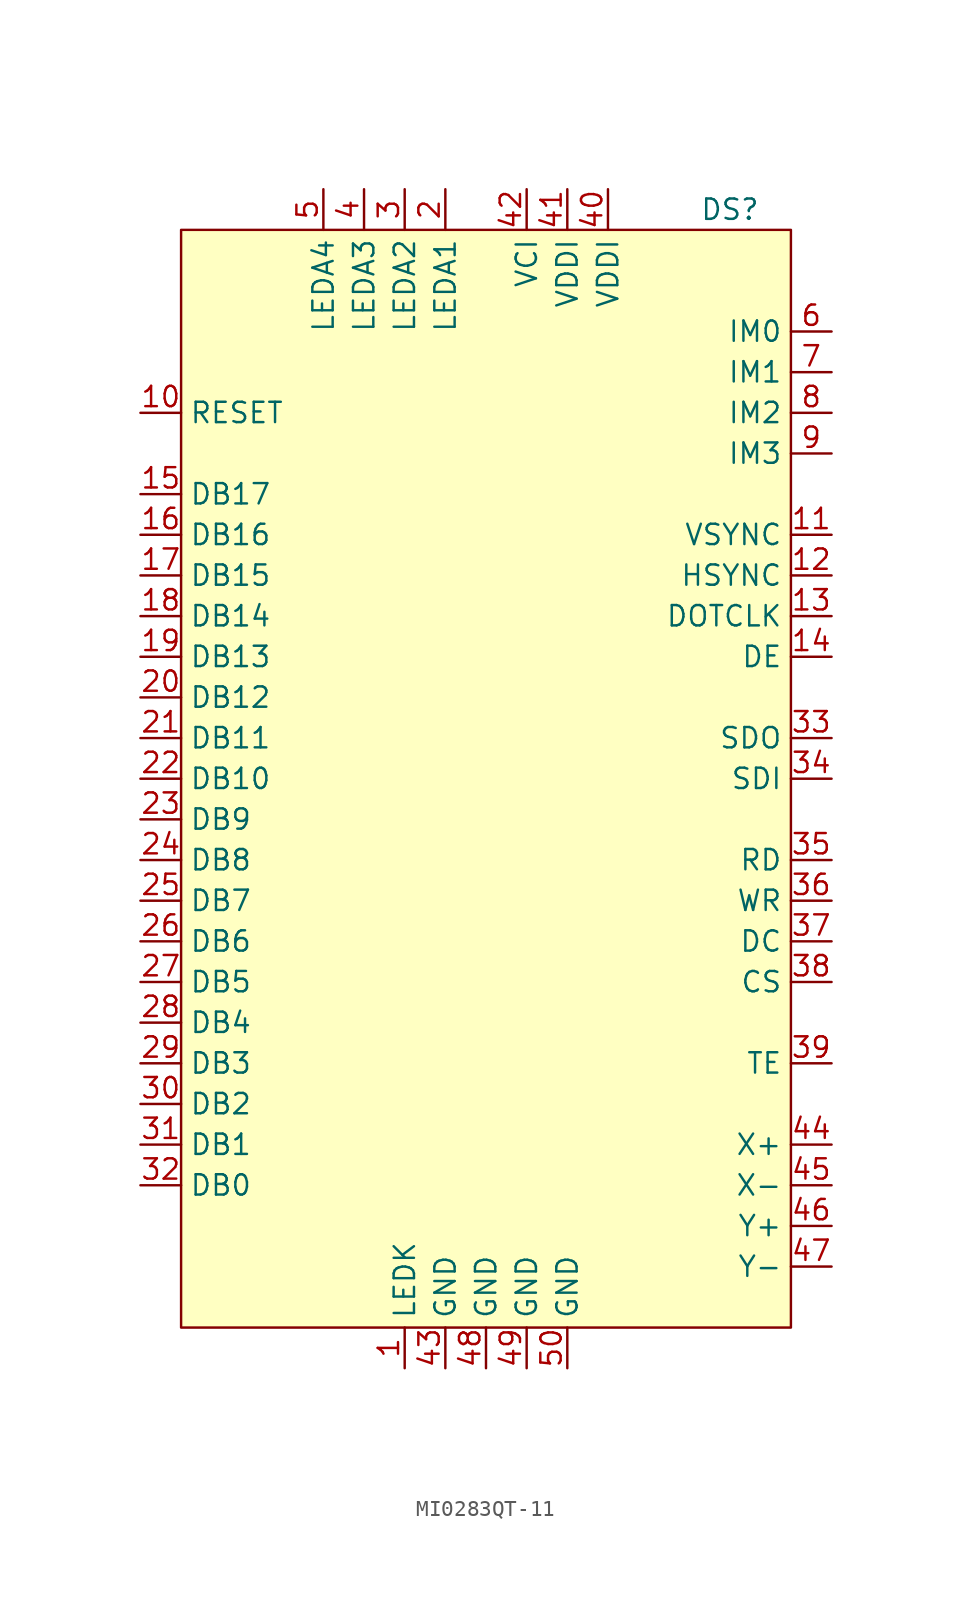
<source format=kicad_sym>
(kicad_symbol_lib
  (version 20220914)
  (generator kicad_symbol_editor)
  (symbol "MI0283QT-11"
    (property "Reference" "DS"
      (at 15.24 35.56 0)
      (effects (font (size 1.27 1.27))))
    (property "Value" ""
      (at -10.16 29.21 90)
      (effects (font (size 1.27 1.27))))
    (symbol "MI0283QT-11_0_1"
      (rectangle (start -19.05 34.29) (end 19.05 -34.29) (stroke (width 0) (type default)) (fill (type background))))
    (symbol "MI0283QT-11_1_1"
      (pin power_in line (at -5.08 -36.83 90) (length 2.54) (name "LEDK" (effects (font (size 1.27 1.27)))) (number "1" (effects (font (size 1.27 1.27)))))
      (pin input line (at -21.59 22.86 0) (length 2.54) (name "RESET" (effects (font (size 1.27 1.27)))) (number "10" (effects (font (size 1.27 1.27)))))
      (pin bidirectional line (at 21.59 15.24 180) (length 2.54) (name "VSYNC" (effects (font (size 1.27 1.27)))) (number "11" (effects (font (size 1.27 1.27)))))
      (pin bidirectional line (at 21.59 12.7 180) (length 2.54) (name "HSYNC" (effects (font (size 1.27 1.27)))) (number "12" (effects (font (size 1.27 1.27)))))
      (pin bidirectional line (at 21.59 10.16 180) (length 2.54) (name "DOTCLK" (effects (font (size 1.27 1.27)))) (number "13" (effects (font (size 1.27 1.27)))))
      (pin bidirectional line (at 21.59 7.62 180) (length 2.54) (name "DE" (effects (font (size 1.27 1.27)))) (number "14" (effects (font (size 1.27 1.27)))))
      (pin bidirectional line (at -21.59 17.78 0) (length 2.54) (name "DB17" (effects (font (size 1.27 1.27)))) (number "15" (effects (font (size 1.27 1.27)))))
      (pin bidirectional line (at -21.59 15.24 0) (length 2.54) (name "DB16" (effects (font (size 1.27 1.27)))) (number "16" (effects (font (size 1.27 1.27)))))
      (pin bidirectional line (at -21.59 12.7 0) (length 2.54) (name "DB15" (effects (font (size 1.27 1.27)))) (number "17" (effects (font (size 1.27 1.27)))))
      (pin bidirectional line (at -21.59 10.16 0) (length 2.54) (name "DB14" (effects (font (size 1.27 1.27)))) (number "18" (effects (font (size 1.27 1.27)))))
      (pin bidirectional line (at -21.59 7.62 0) (length 2.54) (name "DB13" (effects (font (size 1.27 1.27)))) (number "19" (effects (font (size 1.27 1.27)))))
      (pin power_in line (at -2.54 36.83 270) (length 2.54) (name "LEDA1" (effects (font (size 1.27 1.27)))) (number "2" (effects (font (size 1.27 1.27)))))
      (pin bidirectional line (at -21.59 5.08 0) (length 2.54) (name "DB12" (effects (font (size 1.27 1.27)))) (number "20" (effects (font (size 1.27 1.27)))))
      (pin bidirectional line (at -21.59 2.54 0) (length 2.54) (name "DB11" (effects (font (size 1.27 1.27)))) (number "21" (effects (font (size 1.27 1.27)))))
      (pin bidirectional line (at -21.59 0 0) (length 2.54) (name "DB10" (effects (font (size 1.27 1.27)))) (number "22" (effects (font (size 1.27 1.27)))))
      (pin bidirectional line (at -21.59 -2.54 0) (length 2.54) (name "DB9" (effects (font (size 1.27 1.27)))) (number "23" (effects (font (size 1.27 1.27)))))
      (pin bidirectional line (at -21.59 -5.08 0) (length 2.54) (name "DB8" (effects (font (size 1.27 1.27)))) (number "24" (effects (font (size 1.27 1.27)))))
      (pin bidirectional line (at -21.59 -7.62 0) (length 2.54) (name "DB7" (effects (font (size 1.27 1.27)))) (number "25" (effects (font (size 1.27 1.27)))))
      (pin bidirectional line (at -21.59 -10.16 0) (length 2.54) (name "DB6" (effects (font (size 1.27 1.27)))) (number "26" (effects (font (size 1.27 1.27)))))
      (pin bidirectional line (at -21.59 -12.7 0) (length 2.54) (name "DB5" (effects (font (size 1.27 1.27)))) (number "27" (effects (font (size 1.27 1.27)))))
      (pin bidirectional line (at -21.59 -15.24 0) (length 2.54) (name "DB4" (effects (font (size 1.27 1.27)))) (number "28" (effects (font (size 1.27 1.27)))))
      (pin bidirectional line (at -21.59 -17.78 0) (length 2.54) (name "DB3" (effects (font (size 1.27 1.27)))) (number "29" (effects (font (size 1.27 1.27)))))
      (pin power_in line (at -5.08 36.83 270) (length 2.54) (name "LEDA2" (effects (font (size 1.27 1.27)))) (number "3" (effects (font (size 1.27 1.27)))))
      (pin bidirectional line (at -21.59 -20.32 0) (length 2.54) (name "DB2" (effects (font (size 1.27 1.27)))) (number "30" (effects (font (size 1.27 1.27)))))
      (pin bidirectional line (at -21.59 -22.86 0) (length 2.54) (name "DB1" (effects (font (size 1.27 1.27)))) (number "31" (effects (font (size 1.27 1.27)))))
      (pin bidirectional line (at -21.59 -25.4 0) (length 2.54) (name "DB0" (effects (font (size 1.27 1.27)))) (number "32" (effects (font (size 1.27 1.27)))))
      (pin bidirectional line (at 21.59 2.54 180) (length 2.54) (name "SDO" (effects (font (size 1.27 1.27)))) (number "33" (effects (font (size 1.27 1.27)))))
      (pin bidirectional line (at 21.59 0 180) (length 2.54) (name "SDI" (effects (font (size 1.27 1.27)))) (number "34" (effects (font (size 1.27 1.27)))))
      (pin bidirectional line (at 21.59 -5.08 180) (length 2.54) (name "RD" (effects (font (size 1.27 1.27)))) (number "35" (effects (font (size 1.27 1.27)))))
      (pin bidirectional line (at 21.59 -7.62 180) (length 2.54) (name "WR" (effects (font (size 1.27 1.27)))) (number "36" (effects (font (size 1.27 1.27)))))
      (pin bidirectional line (at 21.59 -10.16 180) (length 2.54) (name "DC" (effects (font (size 1.27 1.27)))) (number "37" (effects (font (size 1.27 1.27)))))
      (pin bidirectional line (at 21.59 -12.7 180) (length 2.54) (name "CS" (effects (font (size 1.27 1.27)))) (number "38" (effects (font (size 1.27 1.27)))))
      (pin bidirectional line (at 21.59 -17.78 180) (length 2.54) (name "TE" (effects (font (size 1.27 1.27)))) (number "39" (effects (font (size 1.27 1.27)))))
      (pin power_in line (at -7.62 36.83 270) (length 2.54) (name "LEDA3" (effects (font (size 1.27 1.27)))) (number "4" (effects (font (size 1.27 1.27)))))
      (pin power_in line (at 7.62 36.83 270) (length 2.54) (name "VDDI" (effects (font (size 1.27 1.27)))) (number "40" (effects (font (size 1.27 1.27)))))
      (pin power_in line (at 5.08 36.83 270) (length 2.54) (name "VDDI" (effects (font (size 1.27 1.27)))) (number "41" (effects (font (size 1.27 1.27)))))
      (pin power_in line (at 2.54 36.83 270) (length 2.54) (name "VCI" (effects (font (size 1.27 1.27)))) (number "42" (effects (font (size 1.27 1.27)))))
      (pin power_in line (at -2.54 -36.83 90) (length 2.54) (name "GND" (effects (font (size 1.27 1.27)))) (number "43" (effects (font (size 1.27 1.27)))))
      (pin output line (at 21.59 -22.86 180) (length 2.54) (name "X+" (effects (font (size 1.27 1.27)))) (number "44" (effects (font (size 1.27 1.27)))))
      (pin output line (at 21.59 -25.4 180) (length 2.54) (name "X-" (effects (font (size 1.27 1.27)))) (number "45" (effects (font (size 1.27 1.27)))))
      (pin output line (at 21.59 -27.94 180) (length 2.54) (name "Y+" (effects (font (size 1.27 1.27)))) (number "46" (effects (font (size 1.27 1.27)))))
      (pin output line (at 21.59 -30.48 180) (length 2.54) (name "Y-" (effects (font (size 1.27 1.27)))) (number "47" (effects (font (size 1.27 1.27)))))
      (pin power_in line (at 0 -36.83 90) (length 2.54) (name "GND" (effects (font (size 1.27 1.27)))) (number "48" (effects (font (size 1.27 1.27)))))
      (pin power_in line (at 2.54 -36.83 90) (length 2.54) (name "GND" (effects (font (size 1.27 1.27)))) (number "49" (effects (font (size 1.27 1.27)))))
      (pin power_in line (at -10.16 36.83 270) (length 2.54) (name "LEDA4" (effects (font (size 1.27 1.27)))) (number "5" (effects (font (size 1.27 1.27)))))
      (pin power_in line (at 5.08 -36.83 90) (length 2.54) (name "GND" (effects (font (size 1.27 1.27)))) (number "50" (effects (font (size 1.27 1.27)))))
      (pin input line (at 21.59 27.94 180) (length 2.54) (name "IM0" (effects (font (size 1.27 1.27)))) (number "6" (effects (font (size 1.27 1.27)))))
      (pin input line (at 21.59 25.4 180) (length 2.54) (name "IM1" (effects (font (size 1.27 1.27)))) (number "7" (effects (font (size 1.27 1.27)))))
      (pin input line (at 21.59 22.86 180) (length 2.54) (name "IM2" (effects (font (size 1.27 1.27)))) (number "8" (effects (font (size 1.27 1.27)))))
      (pin input line (at 21.59 20.32 180) (length 2.54) (name "IM3" (effects (font (size 1.27 1.27)))) (number "9" (effects (font (size 1.27 1.27))))))))
</source>
